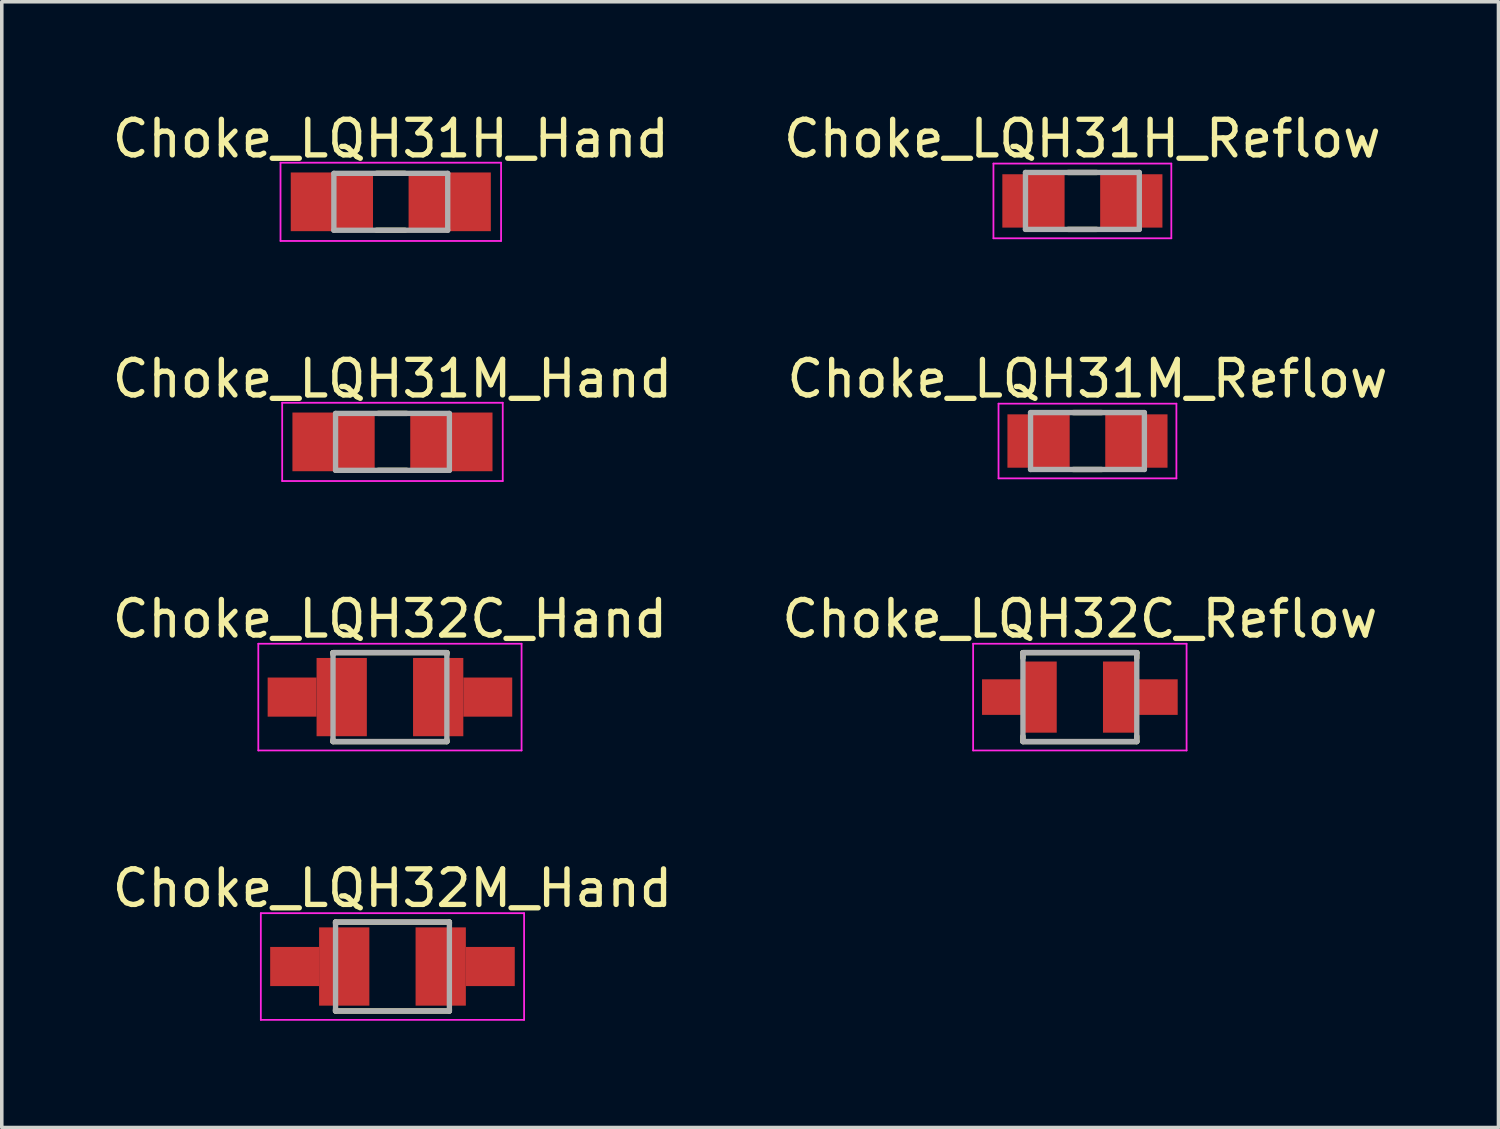
<source format=kicad_pcb>
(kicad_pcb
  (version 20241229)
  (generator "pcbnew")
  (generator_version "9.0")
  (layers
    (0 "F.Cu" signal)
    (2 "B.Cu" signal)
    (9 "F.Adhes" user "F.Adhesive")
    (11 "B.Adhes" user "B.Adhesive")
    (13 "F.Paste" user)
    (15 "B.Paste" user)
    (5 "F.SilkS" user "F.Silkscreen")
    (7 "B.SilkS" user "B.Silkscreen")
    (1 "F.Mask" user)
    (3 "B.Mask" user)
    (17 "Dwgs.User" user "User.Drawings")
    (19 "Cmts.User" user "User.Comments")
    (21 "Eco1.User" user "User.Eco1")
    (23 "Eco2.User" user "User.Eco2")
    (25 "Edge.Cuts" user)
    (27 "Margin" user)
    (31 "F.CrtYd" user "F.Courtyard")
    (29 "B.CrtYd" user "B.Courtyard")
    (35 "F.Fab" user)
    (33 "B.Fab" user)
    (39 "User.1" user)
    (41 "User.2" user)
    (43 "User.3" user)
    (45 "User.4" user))
  (footprint "Choke_LQH31H_Hand"
    (layer "F.Cu")
    (at 7.935 2.623)
    (property "Reference" "Choke_LQH31H_Hand" (at 0 -1.775 0) (layer "F.SilkS") (effects (font (size 1 1) (thickness 0.15))))
    (attr smd)
    (fp_line (start -0.4 -0.8) (end 0.4 -0.8) (stroke (width 0.15) (type solid)) (layer "F.SilkS"))
    (fp_line (start -0.4 0.8) (end 0.4 0.8) (stroke (width 0.15) (type solid)) (layer "F.SilkS"))
    (fp_line (start -3.1 -1.1) (end -3.1 1.1) (stroke (width 0.05) (type solid)) (layer "F.CrtYd"))
    (fp_line (start -3.1 -1.1) (end 3.1 -1.1) (stroke (width 0.05) (type solid)) (layer "F.CrtYd"))
    (fp_line (start -3.1 1.1) (end 3.1 1.1) (stroke (width 0.05) (type solid)) (layer "F.CrtYd"))
    (fp_line (start 3.1 -1.1) (end 3.1 1.1) (stroke (width 0.05) (type solid)) (layer "F.CrtYd"))
    (fp_line (start -1.6 -0.8) (end -1.6 0.8) (stroke (width 0.15) (type solid)) (layer "F.Fab"))
    (fp_line (start -1.6 -0.8) (end 1.6 -0.8) (stroke (width 0.15) (type solid)) (layer "F.Fab"))
    (fp_line (start -1.6 0.8) (end 1.6 0.8) (stroke (width 0.15) (type solid)) (layer "F.Fab"))
    (fp_line (start 1.6 -0.8) (end 1.6 0.8) (stroke (width 0.15) (type solid)) (layer "F.Fab"))
    (pad "1" smd rect (at -1.656 0) (size 2.312 1.65) (layers "F.Cu" "F.Mask" "F.Paste"))
    (pad "2" smd rect (at 1.656 0) (size 2.312 1.65) (layers "F.Cu" "F.Mask" "F.Paste")))
  (footprint "Choke_LQH32C_Hand"
    (layer "F.Cu")
    (at 7.911 16.545)
    (property "Reference" "Choke_LQH32C_Hand" (at 0 -2.2 0) (layer "F.SilkS") (effects (font (size 1 1) (thickness 0.15))))
    (attr smd)
    (fp_line (start -1.6 -1.25) (end -1.6 -1.2) (stroke (width 0.15) (type solid)) (layer "F.SilkS"))
    (fp_line (start -1.6 -1.25) (end 1.6 -1.25) (stroke (width 0.15) (type solid)) (layer "F.SilkS"))
    (fp_line (start -1.6 1.2) (end -1.6 1.25) (stroke (width 0.15) (type solid)) (layer "F.SilkS"))
    (fp_line (start -1.6 1.25) (end 1.6 1.25) (stroke (width 0.15) (type solid)) (layer "F.SilkS"))
    (fp_line (start 1.6 -1.25) (end 1.6 -1.2) (stroke (width 0.15) (type solid)) (layer "F.SilkS"))
    (fp_line (start 1.6 1.2) (end 1.6 1.25) (stroke (width 0.15) (type solid)) (layer "F.SilkS"))
    (fp_line (start -3.7 -1.5) (end -3.7 1.5) (stroke (width 0.05) (type solid)) (layer "F.CrtYd"))
    (fp_line (start -3.7 -1.5) (end 3.7 -1.5) (stroke (width 0.05) (type solid)) (layer "F.CrtYd"))
    (fp_line (start -3.7 1.5) (end 3.7 1.5) (stroke (width 0.05) (type solid)) (layer "F.CrtYd"))
    (fp_line (start 3.7 -1.5) (end 3.7 1.5) (stroke (width 0.05) (type solid)) (layer "F.CrtYd"))
    (fp_line (start -1.6 -1.25) (end -1.6 1.25) (stroke (width 0.15) (type solid)) (layer "F.Fab"))
    (fp_line (start -1.6 -1.25) (end 1.6 -1.25) (stroke (width 0.15) (type solid)) (layer "F.Fab"))
    (fp_line (start -1.6 1.25) (end 1.6 1.25) (stroke (width 0.15) (type solid)) (layer "F.Fab"))
    (fp_line (start 1.6 -1.25) (end 1.6 1.25) (stroke (width 0.15) (type solid)) (layer "F.Fab"))
    (pad "1" smd rect (at -2.75 0) (size 1.375 1.1) (layers "F.Cu" "F.Mask" "F.Paste"))
    (pad "1" smd rect (at -1.356 0) (size 1.413 2.2) (layers "F.Cu" "F.Mask" "F.Paste"))
    (pad "2" smd rect (at 1.356 0) (size 1.413 2.2) (layers "F.Cu" "F.Mask" "F.Paste"))
    (pad "2" smd rect (at 2.75 0) (size 1.375 1.1) (layers "F.Cu" "F.Mask" "F.Paste")))
  (footprint "Choke_LQH31M_Hand"
    (layer "F.Cu")
    (at 7.982 9.371)
    (property "Reference" "Choke_LQH31M_Hand" (at 0 -1.775 0) (layer "F.SilkS") (effects (font (size 1 1) (thickness 0.15))))
    (attr smd)
    (fp_line (start -0.4 -0.8) (end 0.4 -0.8) (stroke (width 0.15) (type solid)) (layer "F.SilkS"))
    (fp_line (start -0.4 0.8) (end 0.4 0.8) (stroke (width 0.15) (type solid)) (layer "F.SilkS"))
    (fp_line (start -3.1 -1.1) (end -3.1 1.1) (stroke (width 0.05) (type solid)) (layer "F.CrtYd"))
    (fp_line (start -3.1 -1.1) (end 3.1 -1.1) (stroke (width 0.05) (type solid)) (layer "F.CrtYd"))
    (fp_line (start -3.1 1.1) (end 3.1 1.1) (stroke (width 0.05) (type solid)) (layer "F.CrtYd"))
    (fp_line (start 3.1 -1.1) (end 3.1 1.1) (stroke (width 0.05) (type solid)) (layer "F.CrtYd"))
    (fp_line (start -1.6 -0.8) (end -1.6 0.8) (stroke (width 0.15) (type solid)) (layer "F.Fab"))
    (fp_line (start -1.6 -0.8) (end 1.6 -0.8) (stroke (width 0.15) (type solid)) (layer "F.Fab"))
    (fp_line (start -1.6 0.8) (end 1.6 0.8) (stroke (width 0.15) (type solid)) (layer "F.Fab"))
    (fp_line (start 1.6 -0.8) (end 1.6 0.8) (stroke (width 0.15) (type solid)) (layer "F.Fab"))
    (pad "1" smd rect (at -1.656 0) (size 2.312 1.65) (layers "F.Cu" "F.Mask" "F.Paste"))
    (pad "2" smd rect (at 1.656 0) (size 2.312 1.65) (layers "F.Cu" "F.Mask" "F.Paste")))
  (footprint "Choke_LQH32C_Reflow"
    (layer "F.Cu")
    (at 27.304 16.545)
    (property "Reference" "Choke_LQH32C_Reflow" (at 0 -2.2 0) (layer "F.SilkS") (effects (font (size 1 1) (thickness 0.15))))
    (attr smd)
    (fp_line (start -1.6 -1.25) (end -1.6 -1.1) (stroke (width 0.15) (type solid)) (layer "F.SilkS"))
    (fp_line (start -1.6 -1.25) (end 1.6 -1.25) (stroke (width 0.15) (type solid)) (layer "F.SilkS"))
    (fp_line (start -1.6 1.1) (end -1.6 1.25) (stroke (width 0.15) (type solid)) (layer "F.SilkS"))
    (fp_line (start -1.6 1.25) (end 1.6 1.25) (stroke (width 0.15) (type solid)) (layer "F.SilkS"))
    (fp_line (start 1.6 -1.25) (end 1.6 -1.1) (stroke (width 0.15) (type solid)) (layer "F.SilkS"))
    (fp_line (start 1.6 1.1) (end 1.6 1.25) (stroke (width 0.15) (type solid)) (layer "F.SilkS"))
    (fp_line (start -3 -1.5) (end -3 1.5) (stroke (width 0.05) (type solid)) (layer "F.CrtYd"))
    (fp_line (start -3 -1.5) (end 3 -1.5) (stroke (width 0.05) (type solid)) (layer "F.CrtYd"))
    (fp_line (start -3 1.5) (end 3 1.5) (stroke (width 0.05) (type solid)) (layer "F.CrtYd"))
    (fp_line (start 3 -1.5) (end 3 1.5) (stroke (width 0.05) (type solid)) (layer "F.CrtYd"))
    (fp_line (start -1.6 -1.25) (end -1.6 1.25) (stroke (width 0.15) (type solid)) (layer "F.Fab"))
    (fp_line (start -1.6 -1.25) (end 1.6 -1.25) (stroke (width 0.15) (type solid)) (layer "F.Fab"))
    (fp_line (start -1.6 1.25) (end 1.6 1.25) (stroke (width 0.15) (type solid)) (layer "F.Fab"))
    (fp_line (start 1.6 -1.25) (end 1.6 1.25) (stroke (width 0.15) (type solid)) (layer "F.Fab"))
    (pad "1" smd rect (at -2.2 0) (size 1.1 1) (layers "F.Cu" "F.Mask" "F.Paste"))
    (pad "1" smd rect (at -1.15 0) (size 1 2) (layers "F.Cu" "F.Mask" "F.Paste"))
    (pad "2" smd rect (at 1.15 0) (size 1 2) (layers "F.Cu" "F.Mask" "F.Paste"))
    (pad "2" smd rect (at 2.2 0) (size 1.1 1) (layers "F.Cu" "F.Mask" "F.Paste")))
  (footprint "Choke_LQH31M_Reflow"
    (layer "F.Cu")
    (at 27.518 9.347)
    (property "Reference" "Choke_LQH31M_Reflow" (at 0 -1.75 0) (layer "F.SilkS") (effects (font (size 1 1) (thickness 0.15))))
    (attr smd)
    (fp_line (start -0.4 -0.8) (end 0.4 -0.8) (stroke (width 0.15) (type solid)) (layer "F.SilkS"))
    (fp_line (start -0.4 0.8) (end 0.4 0.8) (stroke (width 0.15) (type solid)) (layer "F.SilkS"))
    (fp_line (start -2.5 -1.05) (end -2.5 1.05) (stroke (width 0.05) (type solid)) (layer "F.CrtYd"))
    (fp_line (start -2.5 -1.05) (end 2.5 -1.05) (stroke (width 0.05) (type solid)) (layer "F.CrtYd"))
    (fp_line (start -2.5 1.05) (end 2.5 1.05) (stroke (width 0.05) (type solid)) (layer "F.CrtYd"))
    (fp_line (start 2.5 -1.05) (end 2.5 1.05) (stroke (width 0.05) (type solid)) (layer "F.CrtYd"))
    (fp_line (start -1.6 -0.8) (end -1.6 0.8) (stroke (width 0.15) (type solid)) (layer "F.Fab"))
    (fp_line (start -1.6 -0.8) (end 1.6 -0.8) (stroke (width 0.15) (type solid)) (layer "F.Fab"))
    (fp_line (start -1.6 0.8) (end 1.6 0.8) (stroke (width 0.15) (type solid)) (layer "F.Fab"))
    (fp_line (start 1.6 -0.8) (end 1.6 0.8) (stroke (width 0.15) (type solid)) (layer "F.Fab"))
    (pad "1" smd rect (at -1.375 0) (size 1.75 1.5) (layers "F.Cu" "F.Mask" "F.Paste"))
    (pad "2" smd rect (at 1.375 0) (size 1.75 1.5) (layers "F.Cu" "F.Mask" "F.Paste")))
  (footprint "Choke_LQH32M_Hand"
    (layer "F.Cu")
    (at 7.982 24.118)
    (property "Reference" "Choke_LQH32M_Hand" (at 0 -2.2 0) (layer "F.SilkS") (effects (font (size 1 1) (thickness 0.15))))
    (attr smd)
    (fp_line (start -1.6 -1.25) (end -1.6 -1.2) (stroke (width 0.15) (type solid)) (layer "F.SilkS"))
    (fp_line (start -1.6 -1.25) (end 1.6 -1.25) (stroke (width 0.15) (type solid)) (layer "F.SilkS"))
    (fp_line (start -1.6 1.2) (end -1.6 1.25) (stroke (width 0.15) (type solid)) (layer "F.SilkS"))
    (fp_line (start -1.6 1.25) (end 1.6 1.25) (stroke (width 0.15) (type solid)) (layer "F.SilkS"))
    (fp_line (start 1.6 -1.25) (end 1.6 -1.2) (stroke (width 0.15) (type solid)) (layer "F.SilkS"))
    (fp_line (start 1.6 1.2) (end 1.6 1.25) (stroke (width 0.15) (type solid)) (layer "F.SilkS"))
    (fp_line (start -3.7 -1.5) (end -3.7 1.5) (stroke (width 0.05) (type solid)) (layer "F.CrtYd"))
    (fp_line (start -3.7 -1.5) (end 3.7 -1.5) (stroke (width 0.05) (type solid)) (layer "F.CrtYd"))
    (fp_line (start -3.7 1.5) (end 3.7 1.5) (stroke (width 0.05) (type solid)) (layer "F.CrtYd"))
    (fp_line (start 3.7 -1.5) (end 3.7 1.5) (stroke (width 0.05) (type solid)) (layer "F.CrtYd"))
    (fp_line (start -1.6 -1.25) (end -1.6 1.25) (stroke (width 0.15) (type solid)) (layer "F.Fab"))
    (fp_line (start -1.6 -1.25) (end 1.6 -1.25) (stroke (width 0.15) (type solid)) (layer "F.Fab"))
    (fp_line (start -1.6 1.25) (end 1.6 1.25) (stroke (width 0.15) (type solid)) (layer "F.Fab"))
    (fp_line (start 1.6 -1.25) (end 1.6 1.25) (stroke (width 0.15) (type solid)) (layer "F.Fab"))
    (pad "1" smd rect (at -2.75 0) (size 1.375 1.1) (layers "F.Cu" "F.Mask" "F.Paste"))
    (pad "1" smd rect (at -1.356 0) (size 1.413 2.2) (layers "F.Cu" "F.Mask" "F.Paste"))
    (pad "2" smd rect (at 1.356 0) (size 1.413 2.2) (layers "F.Cu" "F.Mask" "F.Paste"))
    (pad "2" smd rect (at 2.75 0) (size 1.375 1.1) (layers "F.Cu" "F.Mask" "F.Paste")))
  (footprint "Choke_LQH31H_Reflow"
    (layer "F.Cu")
    (at 27.375 2.598)
    (property "Reference" "Choke_LQH31H_Reflow" (at 0 -1.75 0) (layer "F.SilkS") (effects (font (size 1 1) (thickness 0.15))))
    (attr smd)
    (fp_line (start -0.4 -0.8) (end 0.4 -0.8) (stroke (width 0.15) (type solid)) (layer "F.SilkS"))
    (fp_line (start -0.4 0.8) (end 0.4 0.8) (stroke (width 0.15) (type solid)) (layer "F.SilkS"))
    (fp_line (start -2.5 -1.05) (end -2.5 1.05) (stroke (width 0.05) (type solid)) (layer "F.CrtYd"))
    (fp_line (start -2.5 -1.05) (end 2.5 -1.05) (stroke (width 0.05) (type solid)) (layer "F.CrtYd"))
    (fp_line (start -2.5 1.05) (end 2.5 1.05) (stroke (width 0.05) (type solid)) (layer "F.CrtYd"))
    (fp_line (start 2.5 -1.05) (end 2.5 1.05) (stroke (width 0.05) (type solid)) (layer "F.CrtYd"))
    (fp_line (start -1.6 -0.8) (end -1.6 0.8) (stroke (width 0.15) (type solid)) (layer "F.Fab"))
    (fp_line (start -1.6 -0.8) (end 1.6 -0.8) (stroke (width 0.15) (type solid)) (layer "F.Fab"))
    (fp_line (start -1.6 0.8) (end 1.6 0.8) (stroke (width 0.15) (type solid)) (layer "F.Fab"))
    (fp_line (start 1.6 -0.8) (end 1.6 0.8) (stroke (width 0.15) (type solid)) (layer "F.Fab"))
    (pad "1" smd rect (at -1.375 0) (size 1.75 1.5) (layers "F.Cu" "F.Mask" "F.Paste"))
    (pad "2" smd rect (at 1.375 0) (size 1.75 1.5) (layers "F.Cu" "F.Mask" "F.Paste")))
  (gr_rect
    (start -3 -3)
    (end 39.071 28.643)
    (stroke (width 0.1) (type default))
    (fill no)
    (layer "Edge.Cuts")))
</source>
